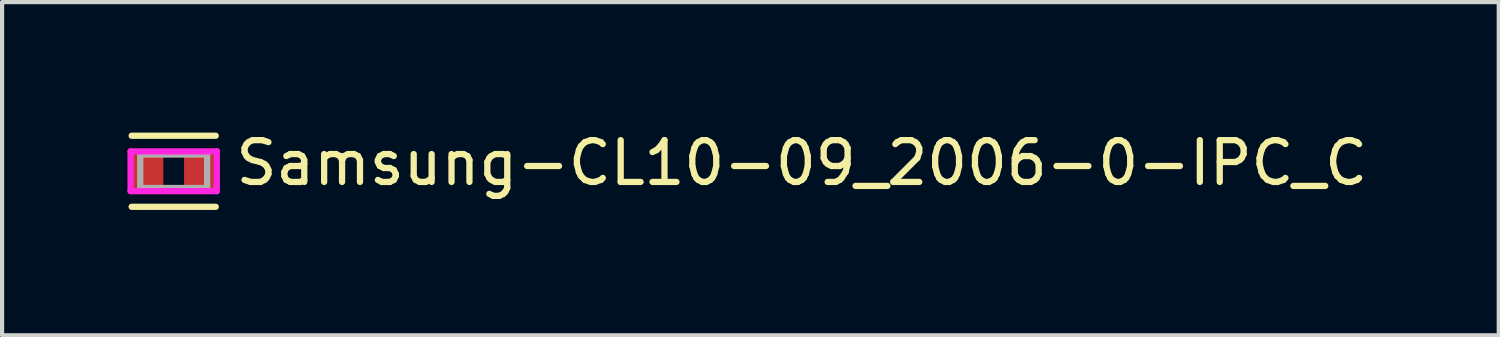
<source format=kicad_pcb>
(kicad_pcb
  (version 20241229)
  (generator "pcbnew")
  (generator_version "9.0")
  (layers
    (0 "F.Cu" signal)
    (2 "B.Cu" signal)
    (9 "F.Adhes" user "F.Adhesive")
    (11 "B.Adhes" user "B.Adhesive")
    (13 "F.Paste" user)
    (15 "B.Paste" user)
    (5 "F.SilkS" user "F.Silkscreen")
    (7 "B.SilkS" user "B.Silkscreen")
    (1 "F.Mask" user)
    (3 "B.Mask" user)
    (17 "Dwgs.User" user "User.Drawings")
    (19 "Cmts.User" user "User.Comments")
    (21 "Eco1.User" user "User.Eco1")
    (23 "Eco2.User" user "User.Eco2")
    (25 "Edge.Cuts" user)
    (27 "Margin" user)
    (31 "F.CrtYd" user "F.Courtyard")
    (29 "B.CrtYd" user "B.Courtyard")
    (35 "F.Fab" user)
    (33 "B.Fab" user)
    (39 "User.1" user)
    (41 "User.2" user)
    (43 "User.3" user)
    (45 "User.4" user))
  (footprint "Samsung-CL10-09_2006-0-IPC_C"
    (layer "F.Cu")
    (at 1.106 1.048)
    (property "Reference" "Samsung-CL10-09_2006-0-IPC_C" (at 1.406 -0.2 0) (layer "F.SilkS") (effects (font (size 1 1) (thickness 0.15)) (justify left)))
    (attr through_hole)
    (fp_line (start -1.006 -0.85) (end 1.006 -0.85) (stroke (width 0.15) (type solid)) (layer "F.SilkS"))
    (fp_line (start -1.006 0.85) (end 1.006 0.85) (stroke (width 0.15) (type solid)) (layer "F.SilkS"))
    (fp_line (start -1.031 -0.475) (end -1.031 0.475) (stroke (width 0.15) (type solid)) (layer "F.CrtYd"))
    (fp_line (start -1.031 0.475) (end 1.031 0.475) (stroke (width 0.15) (type solid)) (layer "F.CrtYd"))
    (fp_line (start 1.031 -0.475) (end -1.031 -0.475) (stroke (width 0.15) (type solid)) (layer "F.CrtYd"))
    (fp_line (start 1.031 -0.475) (end 1.031 -0.475) (stroke (width 0.15) (type solid)) (layer "F.CrtYd"))
    (fp_line (start 1.031 0.475) (end 1.031 -0.475) (stroke (width 0.15) (type solid)) (layer "F.CrtYd"))
    (fp_line (start -0.8 -0.4) (end 0.8 -0.4) (stroke (width 0.15) (type solid)) (layer "F.Fab"))
    (fp_line (start -0.8 0.4) (end -0.8 -0.4) (stroke (width 0.15) (type solid)) (layer "F.Fab"))
    (fp_line (start 0.8 -0.4) (end 0.8 0.4) (stroke (width 0.15) (type solid)) (layer "F.Fab"))
    (fp_line (start 0.8 0.4) (end -0.8 0.4) (stroke (width 0.15) (type solid)) (layer "F.Fab"))
    (pad "1" smd rect (at -0.627 0) (size 0.758 0.812) (layers "F.Cu" "F.Mask" "F.Paste"))
    (pad "2" smd rect (at 0.627 0) (size 0.758 0.812) (layers "F.Cu" "F.Mask" "F.Paste")))
  (gr_rect
    (start -3 -3)
    (end 32.81 4.973)
    (stroke (width 0.1) (type default))
    (fill no)
    (layer "Edge.Cuts")))
</source>
